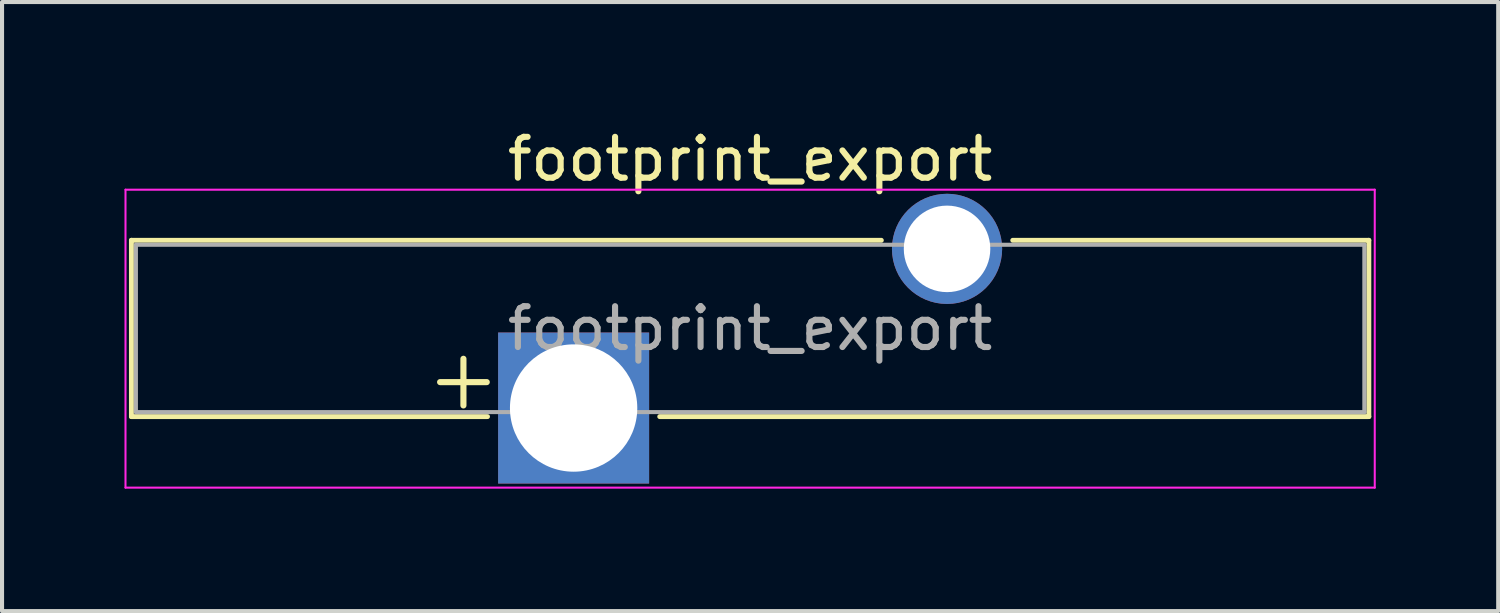
<source format=kicad_pcb>
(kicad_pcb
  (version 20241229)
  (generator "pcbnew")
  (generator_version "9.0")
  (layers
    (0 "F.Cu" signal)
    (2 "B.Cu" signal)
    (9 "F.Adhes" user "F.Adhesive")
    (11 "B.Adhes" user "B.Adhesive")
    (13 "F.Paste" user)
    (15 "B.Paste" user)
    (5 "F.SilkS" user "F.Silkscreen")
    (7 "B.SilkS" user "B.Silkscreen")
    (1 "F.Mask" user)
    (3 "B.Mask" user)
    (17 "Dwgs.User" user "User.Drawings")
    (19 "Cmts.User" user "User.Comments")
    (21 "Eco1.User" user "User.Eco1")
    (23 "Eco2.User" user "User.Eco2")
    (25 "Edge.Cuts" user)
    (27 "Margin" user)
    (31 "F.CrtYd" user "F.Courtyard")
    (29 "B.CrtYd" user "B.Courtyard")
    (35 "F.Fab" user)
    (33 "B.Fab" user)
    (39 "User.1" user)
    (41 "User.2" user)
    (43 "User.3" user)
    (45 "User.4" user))
  (footprint "footprint_export"
    (layer "F.Cu")
    (at 11.005 6.948)
    (property "Reference" "footprint_export" (at 4.325 -6.1 0) (layer "F.SilkS") (effects (font (size 1 1) (thickness 0.15))))
    (attr through_hole)
    (fp_line (start -10.835 -4.11) (end -10.835 0.21) (stroke (width 0.12) (type solid)) (layer "F.SilkS"))
    (fp_line (start -10.835 -4.11) (end 7.54 -4.11) (stroke (width 0.12) (type solid)) (layer "F.SilkS"))
    (fp_line (start -10.835 0.21) (end -2.11 0.21) (stroke (width 0.12) (type solid)) (layer "F.SilkS"))
    (fp_line (start 2.11 0.21) (end 19.485 0.21) (stroke (width 0.12) (type solid)) (layer "F.SilkS"))
    (fp_line (start 10.76 -4.11) (end 19.485 -4.11) (stroke (width 0.12) (type solid)) (layer "F.SilkS"))
    (fp_line (start 19.485 -4.11) (end 19.485 0.21) (stroke (width 0.12) (type solid)) (layer "F.SilkS"))
    (fp_line (start -10.98 -5.35) (end -10.98 1.95) (stroke (width 0.05) (type solid)) (layer "F.CrtYd"))
    (fp_line (start -10.98 -5.35) (end 19.63 -5.35) (stroke (width 0.05) (type solid)) (layer "F.CrtYd"))
    (fp_line (start -10.98 1.95) (end 19.63 1.95) (stroke (width 0.05) (type solid)) (layer "F.CrtYd"))
    (fp_line (start 19.63 -5.35) (end 19.63 1.95) (stroke (width 0.05) (type solid)) (layer "F.CrtYd"))
    (fp_line (start -10.725 -4) (end -10.725 0.1) (stroke (width 0.1) (type solid)) (layer "F.Fab"))
    (fp_line (start -10.725 -4) (end 19.375 -4) (stroke (width 0.1) (type solid)) (layer "F.Fab"))
    (fp_line (start -10.725 0.1) (end 19.375 0.1) (stroke (width 0.1) (type solid)) (layer "F.Fab"))
    (fp_line (start 19.375 -4) (end 19.375 0.1) (stroke (width 0.1) (type solid)) (layer "F.Fab"))
    (fp_text user "+" (at -2.7 -0.75 0) (layer "F.SilkS") (effects (font (size 1.5 1.5) (thickness 0.15))))
    (fp_text user "${REFERENCE}" (at 4.325 -1.95 180) (layer "F.Fab") (effects (font (size 1 1) (thickness 0.15))))
    (pad "1" thru_hole rect (at 0 0) (size 3.7 3.7) (drill 3.12) (layers "*.Cu" "*.Mask"))
    (pad "2" thru_hole circle (at 9.15 -3.9) (size 2.7 2.7) (drill 2.12) (layers "*.Cu" "*.Mask")))
  (gr_rect
    (start -3 -3)
    (end 33.66 11.923)
    (stroke (width 0.1) (type default))
    (fill no)
    (layer "Edge.Cuts")))
</source>
